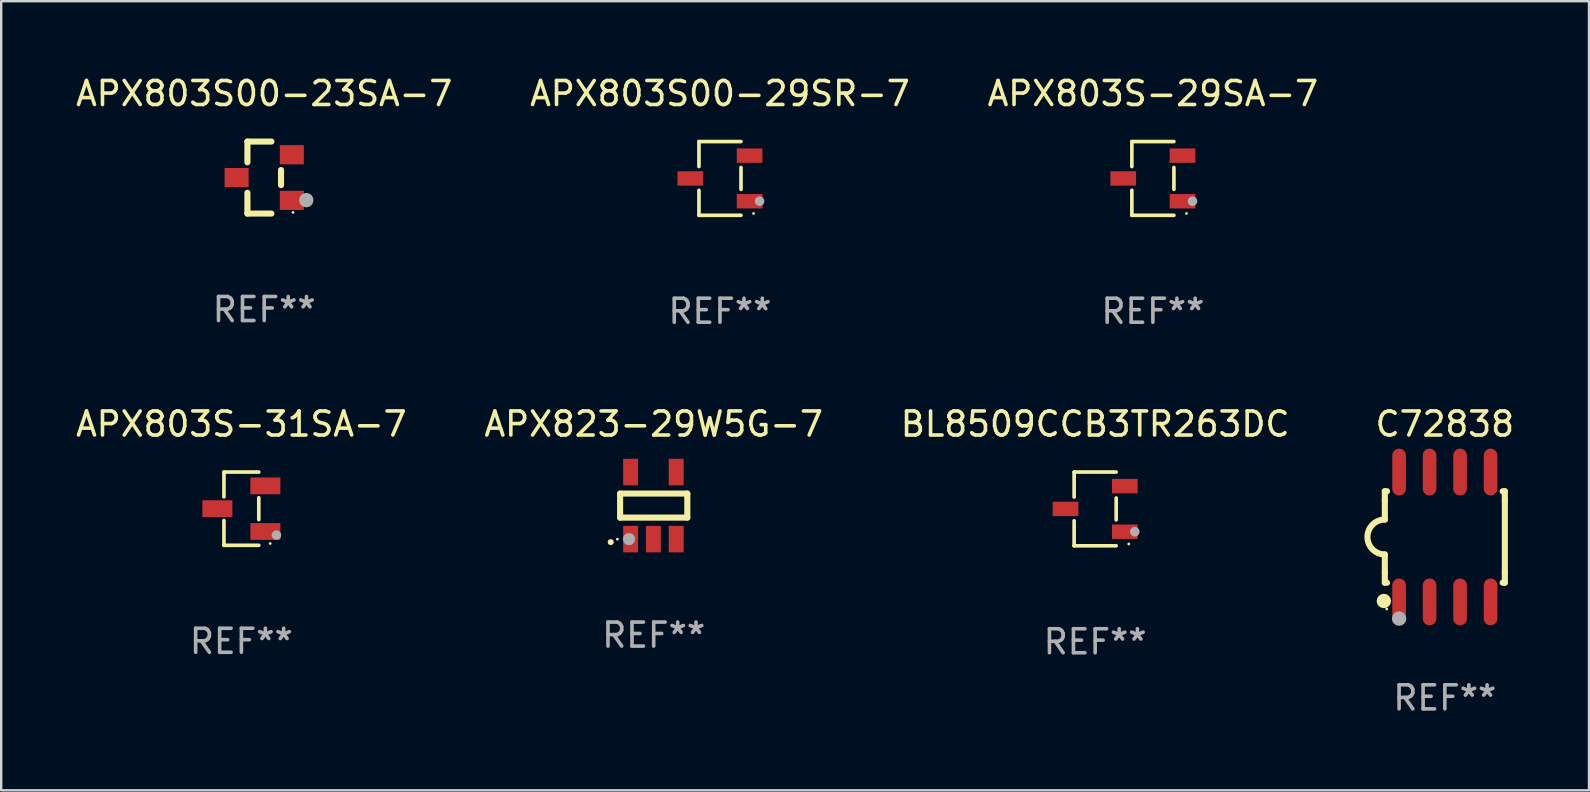
<source format=kicad_pcb>
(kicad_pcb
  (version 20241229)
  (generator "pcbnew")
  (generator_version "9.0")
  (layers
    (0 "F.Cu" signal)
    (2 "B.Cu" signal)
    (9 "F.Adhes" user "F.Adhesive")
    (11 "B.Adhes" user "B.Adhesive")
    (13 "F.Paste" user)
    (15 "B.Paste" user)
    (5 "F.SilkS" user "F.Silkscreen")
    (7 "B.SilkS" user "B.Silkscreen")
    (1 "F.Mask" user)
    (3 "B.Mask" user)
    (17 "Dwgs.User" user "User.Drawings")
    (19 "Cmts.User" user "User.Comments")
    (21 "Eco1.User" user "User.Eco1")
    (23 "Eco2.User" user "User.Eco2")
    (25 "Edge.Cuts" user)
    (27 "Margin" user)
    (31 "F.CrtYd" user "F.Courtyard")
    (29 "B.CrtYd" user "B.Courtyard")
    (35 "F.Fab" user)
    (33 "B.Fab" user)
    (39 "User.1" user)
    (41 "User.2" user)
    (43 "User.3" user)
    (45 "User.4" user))
  (footprint "APX803S-31SA-7"
    (layer "F.Cu")
    (at 7.006 18.143)
    (property "Reference" "APX803S-31SA-7" (at 0 -3.526 0) (layer "F.SilkS") (effects (font (size 1 1) (thickness 0.15))))
    (attr through_hole)
    (fp_line (start -0.726 -1.526) (end -0.726 -0.495) (stroke (width 0.152) (type solid)) (layer "F.SilkS"))
    (fp_line (start -0.726 1.526) (end -0.726 0.495) (stroke (width 0.152) (type solid)) (layer "F.SilkS"))
    (fp_line (start 0.726 -1.526) (end -0.726 -1.526) (stroke (width 0.152) (type solid)) (layer "F.SilkS"))
    (fp_line (start 0.726 -0.455) (end 0.726 0.455) (stroke (width 0.152) (type solid)) (layer "F.SilkS"))
    (fp_line (start 0.726 1.526) (end -0.726 1.526) (stroke (width 0.152) (type solid)) (layer "F.SilkS"))
    (fp_circle (center 1.2 1.45) (end 1.23 1.45) (stroke (width 0.06) (type solid)) (fill no) (layer "F.SilkS"))
    (fp_circle (center 1.46 1.1) (end 1.56 1.1) (stroke (width 0.2) (type solid)) (fill no) (layer "F.Fab"))
    (fp_text user "REF**" (at 0 5.526 0) (layer "F.Fab") (effects (font (size 1 1) (thickness 0.15))))
    (pad "1" smd rect (at 1 0.95) (size 1.25 0.7) (layers "F.Cu" "F.Mask" "F.Paste"))
    (pad "2" smd rect (at 1 -0.95) (size 1.25 0.7) (layers "F.Cu" "F.Mask" "F.Paste"))
    (pad "3" smd rect (at -1 0) (size 1.25 0.7) (layers "F.Cu" "F.Mask" "F.Paste")))
  (footprint "APX803S00-23SA-7"
    (layer "F.Cu")
    (at 7.958 4.348)
    (property "Reference" "APX803S00-23SA-7" (at 0 -3.5 0) (layer "F.SilkS") (effects (font (size 1 1) (thickness 0.15))))
    (attr through_hole)
    (fp_line (start -0.7 -1.5) (end 0.3 -1.5) (stroke (width 0.254) (type solid)) (layer "F.SilkS"))
    (fp_line (start -0.7 -0.636) (end -0.7 -1.5) (stroke (width 0.254) (type solid)) (layer "F.SilkS"))
    (fp_line (start -0.7 1.5) (end -0.7 0.636) (stroke (width 0.254) (type solid)) (layer "F.SilkS"))
    (fp_line (start -0.7 1.5) (end 0.3 1.5) (stroke (width 0.254) (type solid)) (layer "F.SilkS"))
    (fp_line (start 0.7 0.314) (end 0.7 -0.314) (stroke (width 0.254) (type solid)) (layer "F.SilkS"))
    (fp_circle (center 1.2 1.45) (end 1.23 1.45) (stroke (width 0.06) (type solid)) (fill no) (layer "F.SilkS"))
    (fp_circle (center 1.753 0.94) (end 1.903 0.94) (stroke (width 0.3) (type solid)) (fill no) (layer "F.Fab"))
    (fp_text user "REF**" (at 0 5.5 0) (layer "F.Fab") (effects (font (size 1 1) (thickness 0.15))))
    (pad "1" smd rect (at 1.15 0.95 180) (size 1 0.8) (layers "F.Cu" "F.Mask" "F.Paste"))
    (pad "2" smd rect (at 1.15 -0.95 180) (size 1 0.8) (layers "F.Cu" "F.Mask" "F.Paste"))
    (pad "3" smd rect (at -1.15 -0.000051 180) (size 1 0.8) (layers "F.Cu" "F.Mask" "F.Paste")))
  (footprint "APX803S00-29SR-7"
    (layer "F.Cu")
    (at 26.946 4.384)
    (property "Reference" "APX803S00-29SR-7" (at 0 -3.536 0) (layer "F.SilkS") (effects (font (size 1 1) (thickness 0.15))))
    (attr through_hole)
    (fp_line (start -0.876 -1.536) (end -0.876 -0.495) (stroke (width 0.152) (type solid)) (layer "F.SilkS"))
    (fp_line (start -0.876 1.536) (end -0.876 0.495) (stroke (width 0.152) (type solid)) (layer "F.SilkS"))
    (fp_line (start 0.876 -1.536) (end -0.876 -1.536) (stroke (width 0.152) (type solid)) (layer "F.SilkS"))
    (fp_line (start 0.876 -0.455) (end 0.876 0.455) (stroke (width 0.152) (type solid)) (layer "F.SilkS"))
    (fp_line (start 0.876 1.536) (end -0.876 1.536) (stroke (width 0.152) (type solid)) (layer "F.SilkS"))
    (fp_circle (center 1.4 1.46) (end 1.43 1.46) (stroke (width 0.06) (type solid)) (fill no) (layer "F.SilkS"))
    (fp_circle (center 1.651 0.95) (end 1.751 0.95) (stroke (width 0.2) (type solid)) (fill no) (layer "F.Fab"))
    (fp_text user "REF**" (at 0 5.536 0) (layer "F.Fab") (effects (font (size 1 1) (thickness 0.15))))
    (pad "1" smd rect (at 1.235 0.95) (size 1.07 0.6) (layers "F.Cu" "F.Mask" "F.Paste"))
    (pad "2" smd rect (at 1.235 -0.95) (size 1.07 0.6) (layers "F.Cu" "F.Mask" "F.Paste"))
    (pad "3" smd rect (at -1.235 0) (size 1.07 0.6) (layers "F.Cu" "F.Mask" "F.Paste")))
  (footprint "C72838"
    (layer "F.Cu")
    (at 57.145 19.322)
    (property "Reference" "C72838" (at 0 -4.705 0) (layer "F.SilkS") (effects (font (size 1 1) (thickness 0.15))))
    (attr through_hole)
    (fp_line (start -2.5 -1.905) (end -2.409 -1.905) (stroke (width 0.254) (type solid)) (layer "F.SilkS"))
    (fp_line (start -2.5 -1.5) (end -2.5 -1.905) (stroke (width 0.254) (type solid)) (layer "F.SilkS"))
    (fp_line (start -2.5 -1.5) (end -2.5 -0.726) (stroke (width 0.254) (type solid)) (layer "F.SilkS"))
    (fp_line (start -2.5 1.5) (end -2.5 0.727) (stroke (width 0.254) (type solid)) (layer "F.SilkS"))
    (fp_line (start -2.5 1.5) (end -2.5 1.905) (stroke (width 0.254) (type solid)) (layer "F.SilkS"))
    (fp_line (start -2.5 1.905) (end -2.409 1.905) (stroke (width 0.254) (type solid)) (layer "F.SilkS"))
    (fp_line (start 2.5 -1.905) (end 2.409 -1.905) (stroke (width 0.254) (type solid)) (layer "F.SilkS"))
    (fp_line (start 2.5 -1.5) (end 2.5 -1.905) (stroke (width 0.254) (type solid)) (layer "F.SilkS"))
    (fp_line (start 2.5 -1.5) (end 2.5 1.5) (stroke (width 0.254) (type solid)) (layer "F.SilkS"))
    (fp_line (start 2.5 1.5) (end 2.5 1.905) (stroke (width 0.254) (type solid)) (layer "F.SilkS"))
    (fp_line (start 2.5 1.905) (end 2.409 1.905) (stroke (width 0.254) (type solid)) (layer "F.SilkS"))
    (fp_arc (start -2.5 0.726568) (mid -3.220316 -0.0023) (end -2.495097 -0.726289) (stroke (width 0.254001) (type solid)) (layer "F.SilkS"))
    (fp_circle (center -2.54 2.667) (end -2.39 2.667) (stroke (width 0.3) (type solid)) (fill no) (layer "F.SilkS"))
    (fp_circle (center -2.42 3) (end -2.39 3) (stroke (width 0.06) (type solid)) (fill no) (layer "F.SilkS"))
    (fp_circle (center -1.905 3.4) (end -1.755 3.4) (stroke (width 0.3) (type solid)) (fill no) (layer "F.Fab"))
    (fp_text user "REF**" (at 0 6.705 0) (layer "F.Fab") (effects (font (size 1 1) (thickness 0.15))))
    (pad "1" smd oval (at -1.905 2.705) (size 0.568 1.95) (layers "F.Cu" "F.Mask" "F.Paste"))
    (pad "2" smd oval (at -0.635 2.705) (size 0.568 1.95) (layers "F.Cu" "F.Mask" "F.Paste"))
    (pad "3" smd oval (at 0.635 2.705) (size 0.568 1.95) (layers "F.Cu" "F.Mask" "F.Paste"))
    (pad "4" smd oval (at 1.905 2.705) (size 0.568 1.95) (layers "F.Cu" "F.Mask" "F.Paste"))
    (pad "5" smd oval (at 1.905 -2.705) (size 0.568 1.95) (layers "F.Cu" "F.Mask" "F.Paste"))
    (pad "6" smd oval (at 0.635 -2.705) (size 0.568 1.95) (layers "F.Cu" "F.Mask" "F.Paste"))
    (pad "7" smd oval (at -0.635 -2.705) (size 0.568 1.95) (layers "F.Cu" "F.Mask" "F.Paste"))
    (pad "8" smd oval (at -1.905 -2.705) (size 0.568 1.95) (layers "F.Cu" "F.Mask" "F.Paste")))
  (footprint "BL8509CCB3TR263DC"
    (layer "F.Cu")
    (at 42.577 18.153)
    (property "Reference" "BL8509CCB3TR263DC" (at 0 -3.536 0) (layer "F.SilkS") (effects (font (size 1 1) (thickness 0.15))))
    (attr through_hole)
    (fp_line (start -0.876 -1.536) (end -0.876 -0.495) (stroke (width 0.152) (type solid)) (layer "F.SilkS"))
    (fp_line (start -0.876 1.536) (end -0.876 0.495) (stroke (width 0.152) (type solid)) (layer "F.SilkS"))
    (fp_line (start 0.876 -1.536) (end -0.876 -1.536) (stroke (width 0.152) (type solid)) (layer "F.SilkS"))
    (fp_line (start 0.876 -0.455) (end 0.876 0.455) (stroke (width 0.152) (type solid)) (layer "F.SilkS"))
    (fp_line (start 0.876 1.536) (end -0.876 1.536) (stroke (width 0.152) (type solid)) (layer "F.SilkS"))
    (fp_circle (center 1.4 1.46) (end 1.43 1.46) (stroke (width 0.06) (type solid)) (fill no) (layer "F.SilkS"))
    (fp_circle (center 1.651 0.95) (end 1.751 0.95) (stroke (width 0.2) (type solid)) (fill no) (layer "F.Fab"))
    (fp_text user "REF**" (at 0 5.536 0) (layer "F.Fab") (effects (font (size 1 1) (thickness 0.15))))
    (pad "1" smd rect (at 1.235 0.95) (size 1.07 0.6) (layers "F.Cu" "F.Mask" "F.Paste"))
    (pad "2" smd rect (at 1.235 -0.95) (size 1.07 0.6) (layers "F.Cu" "F.Mask" "F.Paste"))
    (pad "3" smd rect (at -1.235 0) (size 1.07 0.6) (layers "F.Cu" "F.Mask" "F.Paste")))
  (footprint "APX823-29W5G-7"
    (layer "F.Cu")
    (at 24.185 18.014)
    (property "Reference" "APX823-29W5G-7" (at 0 -3.397 0) (layer "F.SilkS") (effects (font (size 1 1) (thickness 0.15))))
    (attr through_hole)
    (fp_line (start -1.4 -0.5) (end 1.4 -0.5) (stroke (width 0.254) (type solid)) (layer "F.SilkS"))
    (fp_line (start -1.4 0.5) (end -1.4 -0.5) (stroke (width 0.254) (type solid)) (layer "F.SilkS"))
    (fp_line (start 1.4 -0.5) (end 1.4 0.5) (stroke (width 0.254) (type solid)) (layer "F.SilkS"))
    (fp_line (start 1.4 0.5) (end -1.4 0.5) (stroke (width 0.254) (type solid)) (layer "F.SilkS"))
    (fp_arc (start -1.791948 1.521463) (mid -1.790678 1.521457) (end -1.789408 1.521463) (stroke (width 0.24892) (type solid)) (layer "F.SilkS"))
    (fp_circle (center -1.513 1.4) (end -1.483 1.4) (stroke (width 0.06) (type solid)) (fill no) (layer "F.SilkS"))
    (fp_circle (center -1.029 1.397) (end -0.902 1.397) (stroke (width 0.254) (type solid)) (fill no) (layer "F.Fab"))
    (fp_text user "REF**" (at 0 5.397 0) (layer "F.Fab") (effects (font (size 1 1) (thickness 0.15))))
    (pad "1" smd rect (at -0.963 1.397) (size 0.622 1.105) (layers "F.Cu" "F.Mask" "F.Paste"))
    (pad "2" smd rect (at -0.013 1.397) (size 0.622 1.105) (layers "F.Cu" "F.Mask" "F.Paste"))
    (pad "3" smd rect (at 0.937 1.397) (size 0.622 1.105) (layers "F.Cu" "F.Mask" "F.Paste"))
    (pad "4" smd rect (at 0.937 -1.397) (size 0.622 1.105) (layers "F.Cu" "F.Mask" "F.Paste"))
    (pad "5" smd rect (at -0.963 -1.397) (size 0.622 1.105) (layers "F.Cu" "F.Mask" "F.Paste")))
  (footprint "APX803S-29SA-7"
    (layer "F.Cu")
    (at 44.982 4.384)
    (property "Reference" "APX803S-29SA-7" (at 0 -3.536 0) (layer "F.SilkS") (effects (font (size 1 1) (thickness 0.15))))
    (attr through_hole)
    (fp_line (start -0.876 -1.536) (end -0.876 -0.495) (stroke (width 0.152) (type solid)) (layer "F.SilkS"))
    (fp_line (start -0.876 1.536) (end -0.876 0.495) (stroke (width 0.152) (type solid)) (layer "F.SilkS"))
    (fp_line (start 0.876 -1.536) (end -0.876 -1.536) (stroke (width 0.152) (type solid)) (layer "F.SilkS"))
    (fp_line (start 0.876 -0.455) (end 0.876 0.455) (stroke (width 0.152) (type solid)) (layer "F.SilkS"))
    (fp_line (start 0.876 1.536) (end -0.876 1.536) (stroke (width 0.152) (type solid)) (layer "F.SilkS"))
    (fp_circle (center 1.4 1.46) (end 1.43 1.46) (stroke (width 0.06) (type solid)) (fill no) (layer "F.SilkS"))
    (fp_circle (center 1.651 0.95) (end 1.751 0.95) (stroke (width 0.2) (type solid)) (fill no) (layer "F.Fab"))
    (fp_text user "REF**" (at 0 5.536 0) (layer "F.Fab") (effects (font (size 1 1) (thickness 0.15))))
    (pad "1" smd rect (at 1.235 0.95) (size 1.07 0.6) (layers "F.Cu" "F.Mask" "F.Paste"))
    (pad "2" smd rect (at 1.235 -0.95) (size 1.07 0.6) (layers "F.Cu" "F.Mask" "F.Paste"))
    (pad "3" smd rect (at -1.235 0) (size 1.07 0.6) (layers "F.Cu" "F.Mask" "F.Paste")))
  (gr_rect
    (start -3 -3)
    (end 63.151 29.876)
    (stroke (width 0.1) (type default))
    (fill no)
    (layer "Edge.Cuts")))
</source>
